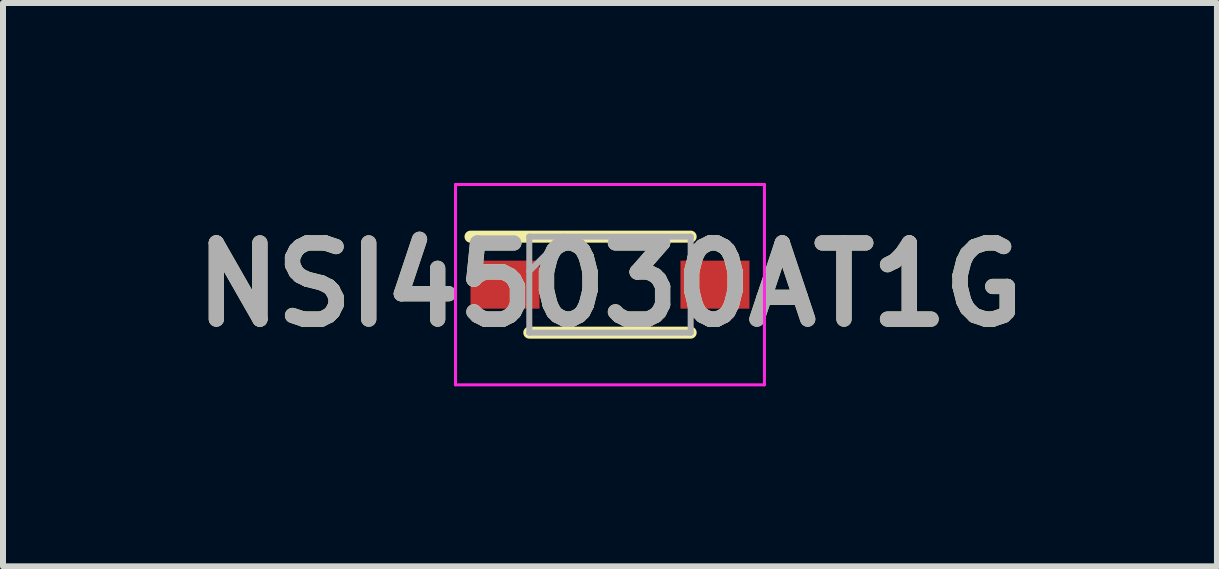
<source format=kicad_pcb>
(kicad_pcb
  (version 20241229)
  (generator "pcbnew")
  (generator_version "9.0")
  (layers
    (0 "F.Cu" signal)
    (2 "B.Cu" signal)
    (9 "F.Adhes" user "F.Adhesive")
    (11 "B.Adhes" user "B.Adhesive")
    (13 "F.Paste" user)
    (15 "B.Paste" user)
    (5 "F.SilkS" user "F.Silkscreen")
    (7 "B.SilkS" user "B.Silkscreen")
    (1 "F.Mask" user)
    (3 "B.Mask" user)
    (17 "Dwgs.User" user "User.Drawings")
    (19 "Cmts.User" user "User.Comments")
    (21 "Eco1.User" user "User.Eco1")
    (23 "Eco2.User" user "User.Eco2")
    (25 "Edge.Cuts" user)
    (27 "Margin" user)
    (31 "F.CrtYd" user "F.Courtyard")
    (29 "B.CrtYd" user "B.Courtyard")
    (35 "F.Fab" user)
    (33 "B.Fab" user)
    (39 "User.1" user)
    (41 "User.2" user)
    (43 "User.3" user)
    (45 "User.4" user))
  (footprint "NSI45030AT1G"
    (layer "F.Cu")
    (at 7.118 1.695)
    (property "Reference" "NSI45030AT1G" (at 0 0 0) (layer "F.SilkS") (effects (font (size 1.27 1.27) (thickness 0.254))))
    (attr smd)
    (fp_line (start -2.325 -0.8) (end 1.345 -0.8) (stroke (width 0.2) (type solid)) (layer "F.SilkS"))
    (fp_line (start -1.345 0.8) (end 1.345 0.8) (stroke (width 0.2) (type solid)) (layer "F.SilkS"))
    (fp_line (start -2.575 -1.67) (end 2.575 -1.67) (stroke (width 0.05) (type solid)) (layer "F.CrtYd"))
    (fp_line (start -2.575 1.67) (end -2.575 -1.67) (stroke (width 0.05) (type solid)) (layer "F.CrtYd"))
    (fp_line (start 2.575 -1.67) (end 2.575 1.67) (stroke (width 0.05) (type solid)) (layer "F.CrtYd"))
    (fp_line (start 2.575 1.67) (end -2.575 1.67) (stroke (width 0.05) (type solid)) (layer "F.CrtYd"))
    (fp_line (start -1.345 -0.8) (end 1.345 -0.8) (stroke (width 0.1) (type solid)) (layer "F.Fab"))
    (fp_line (start -1.345 -0.225) (end -0.77 -0.8) (stroke (width 0.1) (type solid)) (layer "F.Fab"))
    (fp_line (start -1.345 0.8) (end -1.345 -0.8) (stroke (width 0.1) (type solid)) (layer "F.Fab"))
    (fp_line (start 1.345 -0.8) (end 1.345 0.8) (stroke (width 0.1) (type solid)) (layer "F.Fab"))
    (fp_line (start 1.345 0.8) (end -1.345 0.8) (stroke (width 0.1) (type solid)) (layer "F.Fab"))
    (fp_text user "${REFERENCE}" (at 0 0 0) (layer "F.Fab") (effects (font (size 1.27 1.27) (thickness 0.254))))
    (pad "1" smd rect (at -1.75 0 90) (size 0.8 1.15) (layers "F.Cu" "F.Mask" "F.Paste"))
    (pad "2" smd rect (at 1.75 0 90) (size 0.8 1.15) (layers "F.Cu" "F.Mask" "F.Paste")))
  (gr_rect
    (start -3 -3)
    (end 17.236 6.39)
    (stroke (width 0.1) (type default))
    (fill no)
    (layer "Edge.Cuts")))
</source>
